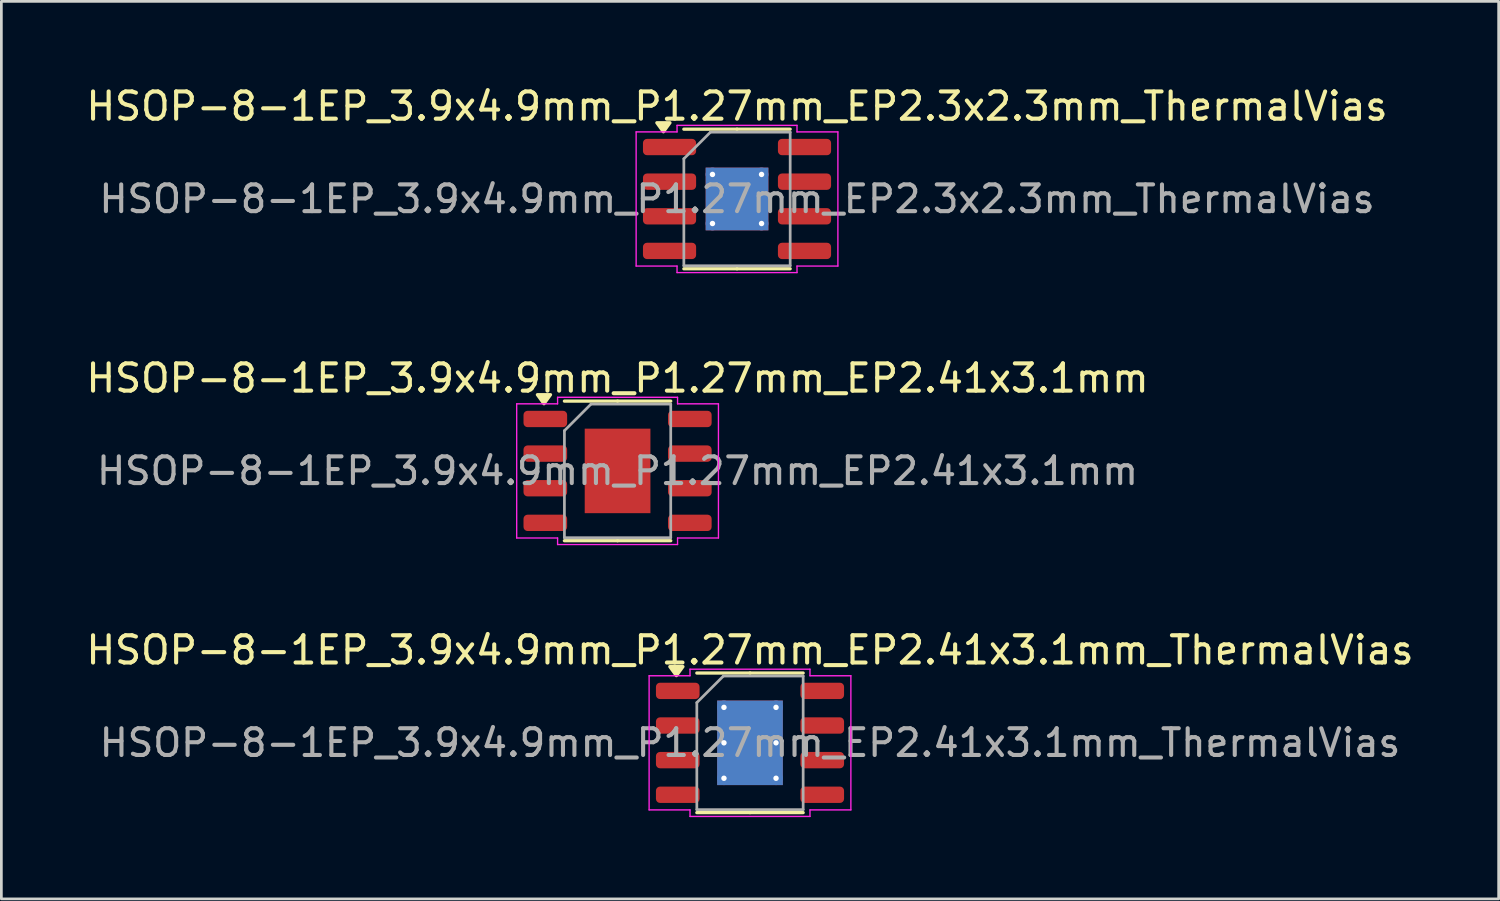
<source format=kicad_pcb>
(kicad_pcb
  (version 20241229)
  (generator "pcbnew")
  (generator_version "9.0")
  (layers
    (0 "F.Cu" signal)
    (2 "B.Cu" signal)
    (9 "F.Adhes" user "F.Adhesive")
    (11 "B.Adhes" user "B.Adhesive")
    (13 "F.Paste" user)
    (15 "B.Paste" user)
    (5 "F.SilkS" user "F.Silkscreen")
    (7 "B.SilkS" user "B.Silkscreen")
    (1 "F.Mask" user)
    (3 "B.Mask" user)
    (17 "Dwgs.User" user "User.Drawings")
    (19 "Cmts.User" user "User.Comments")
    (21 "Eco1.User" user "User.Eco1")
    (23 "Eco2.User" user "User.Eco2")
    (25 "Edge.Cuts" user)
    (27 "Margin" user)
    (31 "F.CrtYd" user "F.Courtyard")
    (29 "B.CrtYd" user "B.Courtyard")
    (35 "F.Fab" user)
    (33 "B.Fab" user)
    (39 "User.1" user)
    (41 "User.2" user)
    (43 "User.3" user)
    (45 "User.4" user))
  (footprint "HSOP-8-1EP_3.9x4.9mm_P1.27mm_EP2.41x3.1mm"
    (layer "F.Cu")
    (at 19.601 14.222)
    (property "Reference" "HSOP-8-1EP_3.9x4.9mm_P1.27mm_EP2.41x3.1mm" (at 0 -3.4 0) (layer "F.SilkS") (effects (font (size 1 1) (thickness 0.15))))
    (attr smd)
    (fp_line (start 0 -2.56) (end -1.95 -2.56) (stroke (width 0.12) (type solid)) (layer "F.SilkS"))
    (fp_line (start 0 -2.56) (end 1.95 -2.56) (stroke (width 0.12) (type solid)) (layer "F.SilkS"))
    (fp_line (start 0 2.56) (end -1.95 2.56) (stroke (width 0.12) (type solid)) (layer "F.SilkS"))
    (fp_line (start 0 2.56) (end 1.95 2.56) (stroke (width 0.12) (type solid)) (layer "F.SilkS"))
    (fp_poly (pts (xy -2.7 -2.465) (xy -2.94 -2.795) (xy -2.46 -2.795)) (stroke (width 0.12) (type solid)) (fill yes) (layer "F.SilkS"))
    (fp_line (start -3.7 -2.46) (end -2.2 -2.46) (stroke (width 0.05) (type solid)) (layer "F.CrtYd"))
    (fp_line (start -3.7 2.46) (end -3.7 -2.46) (stroke (width 0.05) (type solid)) (layer "F.CrtYd"))
    (fp_line (start -2.2 -2.7) (end 2.2 -2.7) (stroke (width 0.05) (type solid)) (layer "F.CrtYd"))
    (fp_line (start -2.2 -2.46) (end -2.2 -2.7) (stroke (width 0.05) (type solid)) (layer "F.CrtYd"))
    (fp_line (start -2.2 2.46) (end -3.7 2.46) (stroke (width 0.05) (type solid)) (layer "F.CrtYd"))
    (fp_line (start -2.2 2.7) (end -2.2 2.46) (stroke (width 0.05) (type solid)) (layer "F.CrtYd"))
    (fp_line (start 2.2 -2.7) (end 2.2 -2.46) (stroke (width 0.05) (type solid)) (layer "F.CrtYd"))
    (fp_line (start 2.2 -2.46) (end 3.7 -2.46) (stroke (width 0.05) (type solid)) (layer "F.CrtYd"))
    (fp_line (start 2.2 2.46) (end 2.2 2.7) (stroke (width 0.05) (type solid)) (layer "F.CrtYd"))
    (fp_line (start 2.2 2.7) (end -2.2 2.7) (stroke (width 0.05) (type solid)) (layer "F.CrtYd"))
    (fp_line (start 3.7 -2.46) (end 3.7 2.46) (stroke (width 0.05) (type solid)) (layer "F.CrtYd"))
    (fp_line (start 3.7 2.46) (end 2.2 2.46) (stroke (width 0.05) (type solid)) (layer "F.CrtYd"))
    (fp_line (start -1.95 -1.475) (end -0.975 -2.45) (stroke (width 0.1) (type solid)) (layer "F.Fab"))
    (fp_line (start -1.95 2.45) (end -1.95 -1.475) (stroke (width 0.1) (type solid)) (layer "F.Fab"))
    (fp_line (start -0.975 -2.45) (end 1.95 -2.45) (stroke (width 0.1) (type solid)) (layer "F.Fab"))
    (fp_line (start 1.95 -2.45) (end 1.95 2.45) (stroke (width 0.1) (type solid)) (layer "F.Fab"))
    (fp_line (start 1.95 2.45) (end -1.95 2.45) (stroke (width 0.1) (type solid)) (layer "F.Fab"))
    (fp_text user "${REFERENCE}" (at 0 0 0) (layer "F.Fab") (effects (font (size 0.98 0.98) (thickness 0.15))))
    (pad "" smd roundrect (at -0.6 -0.775) (size 0.97 1.25) (layers "F.Paste") (roundrect_rratio 0.25))
    (pad "" smd roundrect (at -0.6 0.775) (size 0.97 1.25) (layers "F.Paste") (roundrect_rratio 0.25))
    (pad "" smd roundrect (at 0.6 -0.775) (size 0.97 1.25) (layers "F.Paste") (roundrect_rratio 0.25))
    (pad "" smd roundrect (at 0.6 0.775) (size 0.97 1.25) (layers "F.Paste") (roundrect_rratio 0.25))
    (pad "1" smd roundrect (at -2.65 -1.905) (size 1.6 0.6) (layers "F.Cu" "F.Mask" "F.Paste") (roundrect_rratio 0.25))
    (pad "2" smd roundrect (at -2.65 -0.635) (size 1.6 0.6) (layers "F.Cu" "F.Mask" "F.Paste") (roundrect_rratio 0.25))
    (pad "3" smd roundrect (at -2.65 0.635) (size 1.6 0.6) (layers "F.Cu" "F.Mask" "F.Paste") (roundrect_rratio 0.25))
    (pad "4" smd roundrect (at -2.65 1.905) (size 1.6 0.6) (layers "F.Cu" "F.Mask" "F.Paste") (roundrect_rratio 0.25))
    (pad "5" smd roundrect (at 2.65 1.905) (size 1.6 0.6) (layers "F.Cu" "F.Mask" "F.Paste") (roundrect_rratio 0.25))
    (pad "6" smd roundrect (at 2.65 0.635) (size 1.6 0.6) (layers "F.Cu" "F.Mask" "F.Paste") (roundrect_rratio 0.25))
    (pad "7" smd roundrect (at 2.65 -0.635) (size 1.6 0.6) (layers "F.Cu" "F.Mask" "F.Paste") (roundrect_rratio 0.25))
    (pad "8" smd roundrect (at 2.65 -1.905) (size 1.6 0.6) (layers "F.Cu" "F.Mask" "F.Paste") (roundrect_rratio 0.25))
    (pad "9" smd rect (at 0 0) (size 2.41 3.1) (property pad_prop_heatsink) (layers "F.Cu" "F.Mask")))
  (footprint "HSOP-8-1EP_3.9x4.9mm_P1.27mm_EP2.3x2.3mm_ThermalVias"
    (layer "F.Cu")
    (at 23.982 4.248)
    (property "Reference" "HSOP-8-1EP_3.9x4.9mm_P1.27mm_EP2.3x2.3mm_ThermalVias" (at 0 -3.4 0) (layer "F.SilkS") (effects (font (size 1 1) (thickness 0.15))))
    (attr smd)
    (fp_line (start 0 -2.56) (end -1.95 -2.56) (stroke (width 0.12) (type solid)) (layer "F.SilkS"))
    (fp_line (start 0 -2.56) (end 1.95 -2.56) (stroke (width 0.12) (type solid)) (layer "F.SilkS"))
    (fp_line (start 0 2.56) (end -1.95 2.56) (stroke (width 0.12) (type solid)) (layer "F.SilkS"))
    (fp_line (start 0 2.56) (end 1.95 2.56) (stroke (width 0.12) (type solid)) (layer "F.SilkS"))
    (fp_poly (pts (xy -2.7 -2.465) (xy -2.94 -2.795) (xy -2.46 -2.795)) (stroke (width 0.12) (type solid)) (fill yes) (layer "F.SilkS"))
    (fp_line (start -3.7 -2.46) (end -2.2 -2.46) (stroke (width 0.05) (type solid)) (layer "F.CrtYd"))
    (fp_line (start -3.7 2.46) (end -3.7 -2.46) (stroke (width 0.05) (type solid)) (layer "F.CrtYd"))
    (fp_line (start -2.2 -2.7) (end 2.2 -2.7) (stroke (width 0.05) (type solid)) (layer "F.CrtYd"))
    (fp_line (start -2.2 -2.46) (end -2.2 -2.7) (stroke (width 0.05) (type solid)) (layer "F.CrtYd"))
    (fp_line (start -2.2 2.46) (end -3.7 2.46) (stroke (width 0.05) (type solid)) (layer "F.CrtYd"))
    (fp_line (start -2.2 2.7) (end -2.2 2.46) (stroke (width 0.05) (type solid)) (layer "F.CrtYd"))
    (fp_line (start 2.2 -2.7) (end 2.2 -2.46) (stroke (width 0.05) (type solid)) (layer "F.CrtYd"))
    (fp_line (start 2.2 -2.46) (end 3.7 -2.46) (stroke (width 0.05) (type solid)) (layer "F.CrtYd"))
    (fp_line (start 2.2 2.46) (end 2.2 2.7) (stroke (width 0.05) (type solid)) (layer "F.CrtYd"))
    (fp_line (start 2.2 2.7) (end -2.2 2.7) (stroke (width 0.05) (type solid)) (layer "F.CrtYd"))
    (fp_line (start 3.7 -2.46) (end 3.7 2.46) (stroke (width 0.05) (type solid)) (layer "F.CrtYd"))
    (fp_line (start 3.7 2.46) (end 2.2 2.46) (stroke (width 0.05) (type solid)) (layer "F.CrtYd"))
    (fp_line (start -1.95 -1.475) (end -0.975 -2.45) (stroke (width 0.1) (type solid)) (layer "F.Fab"))
    (fp_line (start -1.95 2.45) (end -1.95 -1.475) (stroke (width 0.1) (type solid)) (layer "F.Fab"))
    (fp_line (start -0.975 -2.45) (end 1.95 -2.45) (stroke (width 0.1) (type solid)) (layer "F.Fab"))
    (fp_line (start 1.95 -2.45) (end 1.95 2.45) (stroke (width 0.1) (type solid)) (layer "F.Fab"))
    (fp_line (start 1.95 2.45) (end -1.95 2.45) (stroke (width 0.1) (type solid)) (layer "F.Fab"))
    (fp_text user "${REFERENCE}" (at 0 0 0) (layer "F.Fab") (effects (font (size 0.98 0.98) (thickness 0.15))))
    (pad "" smd roundrect (at -0.575 -0.575) (size 0.93 0.93) (layers "F.Paste") (roundrect_rratio 0.25))
    (pad "" smd roundrect (at -0.575 0.575) (size 0.93 0.93) (layers "F.Paste") (roundrect_rratio 0.25))
    (pad "" smd roundrect (at 0.575 -0.575) (size 0.93 0.93) (layers "F.Paste") (roundrect_rratio 0.25))
    (pad "" smd roundrect (at 0.575 0.575) (size 0.93 0.93) (layers "F.Paste") (roundrect_rratio 0.25))
    (pad "1" smd roundrect (at -2.475 -1.905) (size 1.95 0.6) (layers "F.Cu" "F.Mask" "F.Paste") (roundrect_rratio 0.25))
    (pad "2" smd roundrect (at -2.475 -0.635) (size 1.95 0.6) (layers "F.Cu" "F.Mask" "F.Paste") (roundrect_rratio 0.25))
    (pad "3" smd roundrect (at -2.475 0.635) (size 1.95 0.6) (layers "F.Cu" "F.Mask" "F.Paste") (roundrect_rratio 0.25))
    (pad "4" smd roundrect (at -2.475 1.905) (size 1.95 0.6) (layers "F.Cu" "F.Mask" "F.Paste") (roundrect_rratio 0.25))
    (pad "5" smd roundrect (at 2.475 1.905) (size 1.95 0.6) (layers "F.Cu" "F.Mask" "F.Paste") (roundrect_rratio 0.25))
    (pad "6" smd roundrect (at 2.475 0.635) (size 1.95 0.6) (layers "F.Cu" "F.Mask" "F.Paste") (roundrect_rratio 0.25))
    (pad "7" smd roundrect (at 2.475 -0.635) (size 1.95 0.6) (layers "F.Cu" "F.Mask" "F.Paste") (roundrect_rratio 0.25))
    (pad "8" smd roundrect (at 2.475 -1.905) (size 1.95 0.6) (layers "F.Cu" "F.Mask" "F.Paste") (roundrect_rratio 0.25))
    (pad "9" thru_hole circle (at -0.9 -0.9) (size 0.5 0.5) (drill 0.2) (property pad_prop_heatsink) (layers "*.Cu"))
    (pad "9" thru_hole circle (at -0.9 0.9) (size 0.5 0.5) (drill 0.2) (property pad_prop_heatsink) (layers "*.Cu"))
    (pad "9" smd rect (at 0 0) (size 2.3 2.3) (property pad_prop_heatsink) (layers "F.Cu" "F.Mask"))
    (pad "9" smd rect (at 0 0) (size 2.3 2.3) (property pad_prop_heatsink) (layers "B.Cu"))
    (pad "9" thru_hole circle (at 0.9 -0.9) (size 0.5 0.5) (drill 0.2) (property pad_prop_heatsink) (layers "*.Cu"))
    (pad "9" thru_hole circle (at 0.9 0.9) (size 0.5 0.5) (drill 0.2) (property pad_prop_heatsink) (layers "*.Cu")))
  (footprint "HSOP-8-1EP_3.9x4.9mm_P1.27mm_EP2.41x3.1mm_ThermalVias"
    (layer "F.Cu")
    (at 24.458 24.195)
    (property "Reference" "HSOP-8-1EP_3.9x4.9mm_P1.27mm_EP2.41x3.1mm_ThermalVias" (at 0 -3.4 0) (layer "F.SilkS") (effects (font (size 1 1) (thickness 0.15))))
    (attr smd)
    (fp_line (start 0 -2.56) (end -1.95 -2.56) (stroke (width 0.12) (type solid)) (layer "F.SilkS"))
    (fp_line (start 0 -2.56) (end 1.95 -2.56) (stroke (width 0.12) (type solid)) (layer "F.SilkS"))
    (fp_line (start 0 2.56) (end -1.95 2.56) (stroke (width 0.12) (type solid)) (layer "F.SilkS"))
    (fp_line (start 0 2.56) (end 1.95 2.56) (stroke (width 0.12) (type solid)) (layer "F.SilkS"))
    (fp_poly (pts (xy -2.7 -2.465) (xy -2.94 -2.795) (xy -2.46 -2.795)) (stroke (width 0.12) (type solid)) (fill yes) (layer "F.SilkS"))
    (fp_line (start -3.7 -2.46) (end -2.2 -2.46) (stroke (width 0.05) (type solid)) (layer "F.CrtYd"))
    (fp_line (start -3.7 2.46) (end -3.7 -2.46) (stroke (width 0.05) (type solid)) (layer "F.CrtYd"))
    (fp_line (start -2.2 -2.7) (end 2.2 -2.7) (stroke (width 0.05) (type solid)) (layer "F.CrtYd"))
    (fp_line (start -2.2 -2.46) (end -2.2 -2.7) (stroke (width 0.05) (type solid)) (layer "F.CrtYd"))
    (fp_line (start -2.2 2.46) (end -3.7 2.46) (stroke (width 0.05) (type solid)) (layer "F.CrtYd"))
    (fp_line (start -2.2 2.7) (end -2.2 2.46) (stroke (width 0.05) (type solid)) (layer "F.CrtYd"))
    (fp_line (start 2.2 -2.7) (end 2.2 -2.46) (stroke (width 0.05) (type solid)) (layer "F.CrtYd"))
    (fp_line (start 2.2 -2.46) (end 3.7 -2.46) (stroke (width 0.05) (type solid)) (layer "F.CrtYd"))
    (fp_line (start 2.2 2.46) (end 2.2 2.7) (stroke (width 0.05) (type solid)) (layer "F.CrtYd"))
    (fp_line (start 2.2 2.7) (end -2.2 2.7) (stroke (width 0.05) (type solid)) (layer "F.CrtYd"))
    (fp_line (start 3.7 -2.46) (end 3.7 2.46) (stroke (width 0.05) (type solid)) (layer "F.CrtYd"))
    (fp_line (start 3.7 2.46) (end 2.2 2.46) (stroke (width 0.05) (type solid)) (layer "F.CrtYd"))
    (fp_line (start -1.95 -1.475) (end -0.975 -2.45) (stroke (width 0.1) (type solid)) (layer "F.Fab"))
    (fp_line (start -1.95 2.45) (end -1.95 -1.475) (stroke (width 0.1) (type solid)) (layer "F.Fab"))
    (fp_line (start -0.975 -2.45) (end 1.95 -2.45) (stroke (width 0.1) (type solid)) (layer "F.Fab"))
    (fp_line (start 1.95 -2.45) (end 1.95 2.45) (stroke (width 0.1) (type solid)) (layer "F.Fab"))
    (fp_line (start 1.95 2.45) (end -1.95 2.45) (stroke (width 0.1) (type solid)) (layer "F.Fab"))
    (fp_text user "${REFERENCE}" (at 0 0 0) (layer "F.Fab") (effects (font (size 0.98 0.98) (thickness 0.15))))
    (pad "" smd roundrect (at -0.6 -0.775) (size 0.97 1.25) (layers "F.Paste") (roundrect_rratio 0.25))
    (pad "" smd roundrect (at -0.6 0.775) (size 0.97 1.25) (layers "F.Paste") (roundrect_rratio 0.25))
    (pad "" smd roundrect (at 0.6 -0.775) (size 0.97 1.25) (layers "F.Paste") (roundrect_rratio 0.25))
    (pad "" smd roundrect (at 0.6 0.775) (size 0.97 1.25) (layers "F.Paste") (roundrect_rratio 0.25))
    (pad "1" smd roundrect (at -2.65 -1.905) (size 1.6 0.6) (layers "F.Cu" "F.Mask" "F.Paste") (roundrect_rratio 0.25))
    (pad "2" smd roundrect (at -2.65 -0.635) (size 1.6 0.6) (layers "F.Cu" "F.Mask" "F.Paste") (roundrect_rratio 0.25))
    (pad "3" smd roundrect (at -2.65 0.635) (size 1.6 0.6) (layers "F.Cu" "F.Mask" "F.Paste") (roundrect_rratio 0.25))
    (pad "4" smd roundrect (at -2.65 1.905) (size 1.6 0.6) (layers "F.Cu" "F.Mask" "F.Paste") (roundrect_rratio 0.25))
    (pad "5" smd roundrect (at 2.65 1.905) (size 1.6 0.6) (layers "F.Cu" "F.Mask" "F.Paste") (roundrect_rratio 0.25))
    (pad "6" smd roundrect (at 2.65 0.635) (size 1.6 0.6) (layers "F.Cu" "F.Mask" "F.Paste") (roundrect_rratio 0.25))
    (pad "7" smd roundrect (at 2.65 -0.635) (size 1.6 0.6) (layers "F.Cu" "F.Mask" "F.Paste") (roundrect_rratio 0.25))
    (pad "8" smd roundrect (at 2.65 -1.905) (size 1.6 0.6) (layers "F.Cu" "F.Mask" "F.Paste") (roundrect_rratio 0.25))
    (pad "9" thru_hole circle (at -0.955 -1.3) (size 0.5 0.5) (drill 0.2) (property pad_prop_heatsink) (layers "*.Cu"))
    (pad "9" thru_hole circle (at -0.955 0) (size 0.5 0.5) (drill 0.2) (property pad_prop_heatsink) (layers "*.Cu"))
    (pad "9" thru_hole circle (at -0.955 1.3) (size 0.5 0.5) (drill 0.2) (property pad_prop_heatsink) (layers "*.Cu"))
    (pad "9" smd rect (at 0 0) (size 2.41 3.1) (property pad_prop_heatsink) (layers "F.Cu" "F.Mask"))
    (pad "9" smd rect (at 0 0) (size 2.41 3.1) (property pad_prop_heatsink) (layers "B.Cu"))
    (pad "9" thru_hole circle (at 0.955 -1.3) (size 0.5 0.5) (drill 0.2) (property pad_prop_heatsink) (layers "*.Cu"))
    (pad "9" thru_hole circle (at 0.955 0) (size 0.5 0.5) (drill 0.2) (property pad_prop_heatsink) (layers "*.Cu"))
    (pad "9" thru_hole circle (at 0.955 1.3) (size 0.5 0.5) (drill 0.2) (property pad_prop_heatsink) (layers "*.Cu")))
  (gr_rect
    (start -3 -3)
    (end 51.917 29.92)
    (stroke (width 0.1) (type default))
    (fill no)
    (layer "Edge.Cuts")))
</source>
